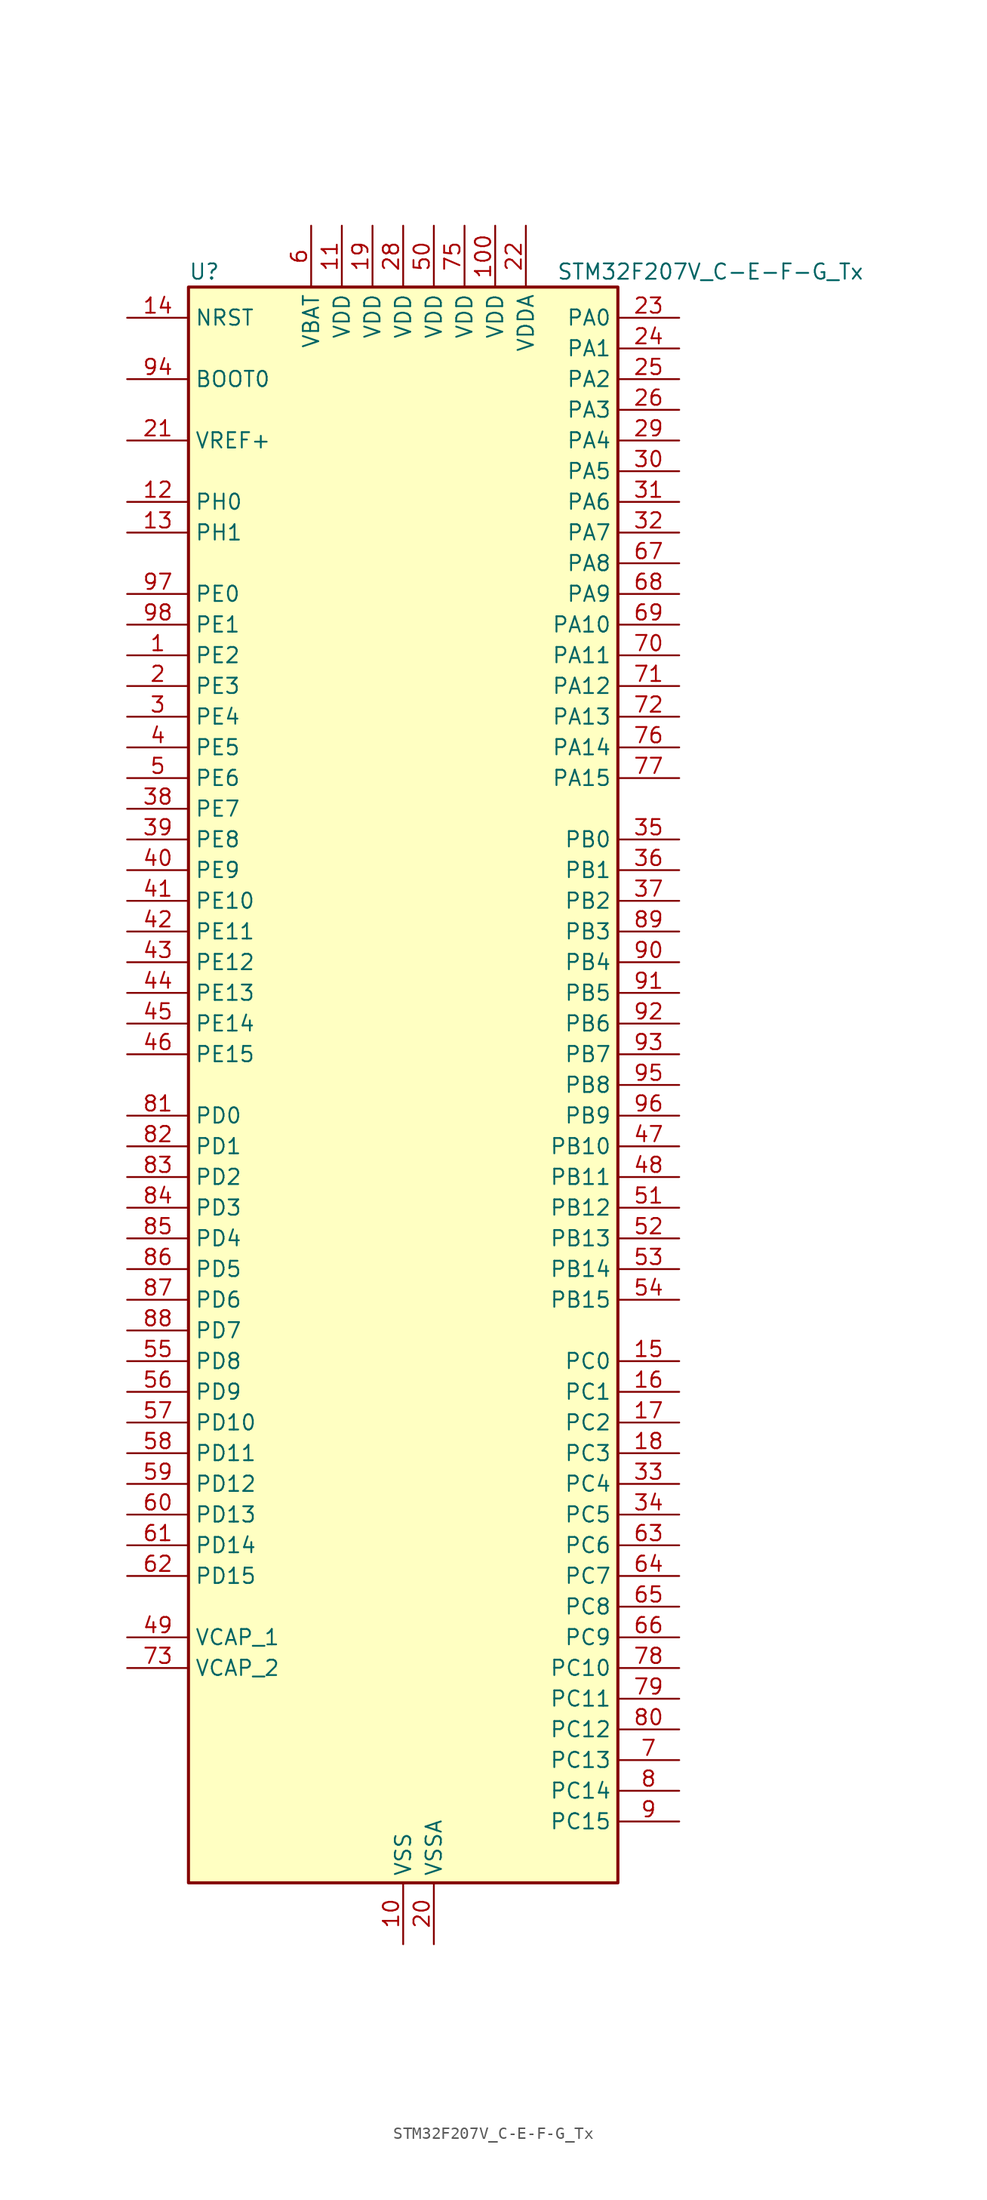
<source format=kicad_sym>
(kicad_symbol_lib
  (version 20231120)
  (generator "kicad_symbol_editor")
  (generator_version "8.0")
  (symbol "STM32F207V_C-E-F-G_Tx"
    (property "Reference" "U"
      (at -17.78 67.31 0)
      (effects (font (size 1.27 1.27)) (justify left)))
    (property "Value" "STM32F207V_C-E-F-G_Tx"
      (at 12.7 67.31 0)
      (effects (font (size 1.27 1.27)) (justify left)))
    (property "ki_locked" ""
      (at 0 0 0)
      (effects (font (size 1.27 1.27))))
    (symbol "STM32F207V_C-E-F-G_Tx_0_1"
      (rectangle (start -17.78 -66.04) (end 17.78 66.04) (stroke (width 0.254) (type default)) (fill (type background))))
    (symbol "STM32F207V_C-E-F-G_Tx_1_1"
      (pin bidirectional line (at -22.86 35.56 0) (length 5.08) (name "PE2" (effects (font (size 1.27 1.27)))) (number "1" (effects (font (size 1.27 1.27)))) (alternate "ETH_TXD3" bidirectional line) (alternate "FSMC_A23" bidirectional line) (alternate "SYS_TRACECLK" bidirectional line))
      (pin power_in line (at 0 -71.12 90) (length 5.08) (name "VSS" (effects (font (size 1.27 1.27)))) (number "10" (effects (font (size 1.27 1.27)))))
      (pin power_in line (at 7.62 71.12 270) (length 5.08) (name "VDD" (effects (font (size 1.27 1.27)))) (number "100" (effects (font (size 1.27 1.27)))))
      (pin power_in line (at -5.08 71.12 270) (length 5.08) (name "VDD" (effects (font (size 1.27 1.27)))) (number "11" (effects (font (size 1.27 1.27)))))
      (pin bidirectional line (at -22.86 48.26 0) (length 5.08) (name "PH0" (effects (font (size 1.27 1.27)))) (number "12" (effects (font (size 1.27 1.27)))) (alternate "RCC_OSC_IN" bidirectional line))
      (pin bidirectional line (at -22.86 45.72 0) (length 5.08) (name "PH1" (effects (font (size 1.27 1.27)))) (number "13" (effects (font (size 1.27 1.27)))) (alternate "RCC_OSC_OUT" bidirectional line))
      (pin input line (at -22.86 63.5 0) (length 5.08) (name "NRST" (effects (font (size 1.27 1.27)))) (number "14" (effects (font (size 1.27 1.27)))))
      (pin bidirectional line (at 22.86 -22.86 180) (length 5.08) (name "PC0" (effects (font (size 1.27 1.27)))) (number "15" (effects (font (size 1.27 1.27)))) (alternate "ADC1_IN10" bidirectional line) (alternate "ADC2_IN10" bidirectional line) (alternate "ADC3_IN10" bidirectional line) (alternate "USB_OTG_HS_ULPI_STP" bidirectional line))
      (pin bidirectional line (at 22.86 -25.4 180) (length 5.08) (name "PC1" (effects (font (size 1.27 1.27)))) (number "16" (effects (font (size 1.27 1.27)))) (alternate "ADC1_IN11" bidirectional line) (alternate "ADC2_IN11" bidirectional line) (alternate "ADC3_IN11" bidirectional line) (alternate "ETH_MDC" bidirectional line))
      (pin bidirectional line (at 22.86 -27.94 180) (length 5.08) (name "PC2" (effects (font (size 1.27 1.27)))) (number "17" (effects (font (size 1.27 1.27)))) (alternate "ADC1_IN12" bidirectional line) (alternate "ADC2_IN12" bidirectional line) (alternate "ADC3_IN12" bidirectional line) (alternate "ETH_TXD2" bidirectional line) (alternate "SPI2_MISO" bidirectional line) (alternate "USB_OTG_HS_ULPI_DIR" bidirectional line))
      (pin bidirectional line (at 22.86 -30.48 180) (length 5.08) (name "PC3" (effects (font (size 1.27 1.27)))) (number "18" (effects (font (size 1.27 1.27)))) (alternate "ADC1_IN13" bidirectional line) (alternate "ADC2_IN13" bidirectional line) (alternate "ADC3_IN13" bidirectional line) (alternate "ETH_TX_CLK" bidirectional line) (alternate "I2S2_SD" bidirectional line) (alternate "SPI2_MOSI" bidirectional line) (alternate "USB_OTG_HS_ULPI_NXT" bidirectional line))
      (pin power_in line (at -2.54 71.12 270) (length 5.08) (name "VDD" (effects (font (size 1.27 1.27)))) (number "19" (effects (font (size 1.27 1.27)))))
      (pin bidirectional line (at -22.86 33.02 0) (length 5.08) (name "PE3" (effects (font (size 1.27 1.27)))) (number "2" (effects (font (size 1.27 1.27)))) (alternate "FSMC_A19" bidirectional line) (alternate "SYS_TRACED0" bidirectional line))
      (pin power_in line (at 2.54 -71.12 90) (length 5.08) (name "VSSA" (effects (font (size 1.27 1.27)))) (number "20" (effects (font (size 1.27 1.27)))))
      (pin input line (at -22.86 53.34 0) (length 5.08) (name "VREF+" (effects (font (size 1.27 1.27)))) (number "21" (effects (font (size 1.27 1.27)))))
      (pin power_in line (at 10.16 71.12 270) (length 5.08) (name "VDDA" (effects (font (size 1.27 1.27)))) (number "22" (effects (font (size 1.27 1.27)))))
      (pin bidirectional line (at 22.86 63.5 180) (length 5.08) (name "PA0" (effects (font (size 1.27 1.27)))) (number "23" (effects (font (size 1.27 1.27)))) (alternate "ADC1_IN0" bidirectional line) (alternate "ADC2_IN0" bidirectional line) (alternate "ADC3_IN0" bidirectional line) (alternate "ETH_CRS" bidirectional line) (alternate "SYS_WKUP" bidirectional line) (alternate "TIM2_CH1" bidirectional line) (alternate "TIM2_ETR" bidirectional line) (alternate "TIM5_CH1" bidirectional line) (alternate "TIM8_ETR" bidirectional line) (alternate "UART4_TX" bidirectional line) (alternate "USART2_CTS" bidirectional line))
      (pin bidirectional line (at 22.86 60.96 180) (length 5.08) (name "PA1" (effects (font (size 1.27 1.27)))) (number "24" (effects (font (size 1.27 1.27)))) (alternate "ADC1_IN1" bidirectional line) (alternate "ADC2_IN1" bidirectional line) (alternate "ADC3_IN1" bidirectional line) (alternate "ETH_REF_CLK" bidirectional line) (alternate "ETH_RX_CLK" bidirectional line) (alternate "TIM2_CH2" bidirectional line) (alternate "TIM5_CH2" bidirectional line) (alternate "UART4_RX" bidirectional line) (alternate "USART2_RTS" bidirectional line))
      (pin bidirectional line (at 22.86 58.42 180) (length 5.08) (name "PA2" (effects (font (size 1.27 1.27)))) (number "25" (effects (font (size 1.27 1.27)))) (alternate "ADC1_IN2" bidirectional line) (alternate "ADC2_IN2" bidirectional line) (alternate "ADC3_IN2" bidirectional line) (alternate "ETH_MDIO" bidirectional line) (alternate "TIM2_CH3" bidirectional line) (alternate "TIM5_CH3" bidirectional line) (alternate "TIM9_CH1" bidirectional line) (alternate "USART2_TX" bidirectional line))
      (pin bidirectional line (at 22.86 55.88 180) (length 5.08) (name "PA3" (effects (font (size 1.27 1.27)))) (number "26" (effects (font (size 1.27 1.27)))) (alternate "ADC1_IN3" bidirectional line) (alternate "ADC2_IN3" bidirectional line) (alternate "ADC3_IN3" bidirectional line) (alternate "ETH_COL" bidirectional line) (alternate "TIM2_CH4" bidirectional line) (alternate "TIM5_CH4" bidirectional line) (alternate "TIM9_CH2" bidirectional line) (alternate "USART2_RX" bidirectional line) (alternate "USB_OTG_HS_ULPI_D0" bidirectional line))
      (pin passive line (at 0 -71.12 90) (length 5.08) hide (name "VSS" (effects (font (size 1.27 1.27)))) (number "27" (effects (font (size 1.27 1.27)))))
      (pin power_in line (at 0 71.12 270) (length 5.08) (name "VDD" (effects (font (size 1.27 1.27)))) (number "28" (effects (font (size 1.27 1.27)))))
      (pin bidirectional line (at 22.86 53.34 180) (length 5.08) (name "PA4" (effects (font (size 1.27 1.27)))) (number "29" (effects (font (size 1.27 1.27)))) (alternate "ADC1_IN4" bidirectional line) (alternate "ADC2_IN4" bidirectional line) (alternate "DAC_OUT1" bidirectional line) (alternate "DCMI_HSYNC" bidirectional line) (alternate "I2S3_WS" bidirectional line) (alternate "SPI1_NSS" bidirectional line) (alternate "SPI3_NSS" bidirectional line) (alternate "USART2_CK" bidirectional line) (alternate "USB_OTG_HS_SOF" bidirectional line))
      (pin bidirectional line (at -22.86 30.48 0) (length 5.08) (name "PE4" (effects (font (size 1.27 1.27)))) (number "3" (effects (font (size 1.27 1.27)))) (alternate "DCMI_D4" bidirectional line) (alternate "FSMC_A20" bidirectional line) (alternate "SYS_TRACED1" bidirectional line))
      (pin bidirectional line (at 22.86 50.8 180) (length 5.08) (name "PA5" (effects (font (size 1.27 1.27)))) (number "30" (effects (font (size 1.27 1.27)))) (alternate "ADC1_IN5" bidirectional line) (alternate "ADC2_IN5" bidirectional line) (alternate "DAC_OUT2" bidirectional line) (alternate "SPI1_SCK" bidirectional line) (alternate "TIM2_CH1" bidirectional line) (alternate "TIM2_ETR" bidirectional line) (alternate "TIM8_CH1N" bidirectional line) (alternate "USB_OTG_HS_ULPI_CK" bidirectional line))
      (pin bidirectional line (at 22.86 48.26 180) (length 5.08) (name "PA6" (effects (font (size 1.27 1.27)))) (number "31" (effects (font (size 1.27 1.27)))) (alternate "ADC1_IN6" bidirectional line) (alternate "ADC2_IN6" bidirectional line) (alternate "DCMI_PIXCLK" bidirectional line) (alternate "SPI1_MISO" bidirectional line) (alternate "TIM13_CH1" bidirectional line) (alternate "TIM1_BKIN" bidirectional line) (alternate "TIM3_CH1" bidirectional line) (alternate "TIM8_BKIN" bidirectional line))
      (pin bidirectional line (at 22.86 45.72 180) (length 5.08) (name "PA7" (effects (font (size 1.27 1.27)))) (number "32" (effects (font (size 1.27 1.27)))) (alternate "ADC1_IN7" bidirectional line) (alternate "ADC2_IN7" bidirectional line) (alternate "ETH_CRS_DV" bidirectional line) (alternate "ETH_RX_DV" bidirectional line) (alternate "SPI1_MOSI" bidirectional line) (alternate "TIM14_CH1" bidirectional line) (alternate "TIM1_CH1N" bidirectional line) (alternate "TIM3_CH2" bidirectional line) (alternate "TIM8_CH1N" bidirectional line))
      (pin bidirectional line (at 22.86 -33.02 180) (length 5.08) (name "PC4" (effects (font (size 1.27 1.27)))) (number "33" (effects (font (size 1.27 1.27)))) (alternate "ADC1_IN14" bidirectional line) (alternate "ADC2_IN14" bidirectional line) (alternate "ETH_RXD0" bidirectional line))
      (pin bidirectional line (at 22.86 -35.56 180) (length 5.08) (name "PC5" (effects (font (size 1.27 1.27)))) (number "34" (effects (font (size 1.27 1.27)))) (alternate "ADC1_IN15" bidirectional line) (alternate "ADC2_IN15" bidirectional line) (alternate "ETH_RXD1" bidirectional line))
      (pin bidirectional line (at 22.86 20.32 180) (length 5.08) (name "PB0" (effects (font (size 1.27 1.27)))) (number "35" (effects (font (size 1.27 1.27)))) (alternate "ADC1_IN8" bidirectional line) (alternate "ADC2_IN8" bidirectional line) (alternate "ETH_RXD2" bidirectional line) (alternate "TIM1_CH2N" bidirectional line) (alternate "TIM3_CH3" bidirectional line) (alternate "TIM8_CH2N" bidirectional line) (alternate "USB_OTG_HS_ULPI_D1" bidirectional line))
      (pin bidirectional line (at 22.86 17.78 180) (length 5.08) (name "PB1" (effects (font (size 1.27 1.27)))) (number "36" (effects (font (size 1.27 1.27)))) (alternate "ADC1_IN9" bidirectional line) (alternate "ADC2_IN9" bidirectional line) (alternate "ETH_RXD3" bidirectional line) (alternate "TIM1_CH3N" bidirectional line) (alternate "TIM3_CH4" bidirectional line) (alternate "TIM8_CH3N" bidirectional line) (alternate "USB_OTG_HS_ULPI_D2" bidirectional line))
      (pin bidirectional line (at 22.86 15.24 180) (length 5.08) (name "PB2" (effects (font (size 1.27 1.27)))) (number "37" (effects (font (size 1.27 1.27)))))
      (pin bidirectional line (at -22.86 22.86 0) (length 5.08) (name "PE7" (effects (font (size 1.27 1.27)))) (number "38" (effects (font (size 1.27 1.27)))) (alternate "FSMC_D4" bidirectional line) (alternate "FSMC_DA4" bidirectional line) (alternate "TIM1_ETR" bidirectional line))
      (pin bidirectional line (at -22.86 20.32 0) (length 5.08) (name "PE8" (effects (font (size 1.27 1.27)))) (number "39" (effects (font (size 1.27 1.27)))) (alternate "FSMC_D5" bidirectional line) (alternate "FSMC_DA5" bidirectional line) (alternate "TIM1_CH1N" bidirectional line))
      (pin bidirectional line (at -22.86 27.94 0) (length 5.08) (name "PE5" (effects (font (size 1.27 1.27)))) (number "4" (effects (font (size 1.27 1.27)))) (alternate "DCMI_D6" bidirectional line) (alternate "FSMC_A21" bidirectional line) (alternate "SYS_TRACED2" bidirectional line) (alternate "TIM9_CH1" bidirectional line))
      (pin bidirectional line (at -22.86 17.78 0) (length 5.08) (name "PE9" (effects (font (size 1.27 1.27)))) (number "40" (effects (font (size 1.27 1.27)))) (alternate "DAC_EXTI9" bidirectional line) (alternate "FSMC_D6" bidirectional line) (alternate "FSMC_DA6" bidirectional line) (alternate "TIM1_CH1" bidirectional line))
      (pin bidirectional line (at -22.86 15.24 0) (length 5.08) (name "PE10" (effects (font (size 1.27 1.27)))) (number "41" (effects (font (size 1.27 1.27)))) (alternate "FSMC_D7" bidirectional line) (alternate "FSMC_DA7" bidirectional line) (alternate "TIM1_CH2N" bidirectional line))
      (pin bidirectional line (at -22.86 12.7 0) (length 5.08) (name "PE11" (effects (font (size 1.27 1.27)))) (number "42" (effects (font (size 1.27 1.27)))) (alternate "ADC1_EXTI11" bidirectional line) (alternate "ADC2_EXTI11" bidirectional line) (alternate "ADC3_EXTI11" bidirectional line) (alternate "FSMC_D8" bidirectional line) (alternate "FSMC_DA8" bidirectional line) (alternate "TIM1_CH2" bidirectional line))
      (pin bidirectional line (at -22.86 10.16 0) (length 5.08) (name "PE12" (effects (font (size 1.27 1.27)))) (number "43" (effects (font (size 1.27 1.27)))) (alternate "FSMC_D9" bidirectional line) (alternate "FSMC_DA9" bidirectional line) (alternate "TIM1_CH3N" bidirectional line))
      (pin bidirectional line (at -22.86 7.62 0) (length 5.08) (name "PE13" (effects (font (size 1.27 1.27)))) (number "44" (effects (font (size 1.27 1.27)))) (alternate "FSMC_D10" bidirectional line) (alternate "FSMC_DA10" bidirectional line) (alternate "TIM1_CH3" bidirectional line))
      (pin bidirectional line (at -22.86 5.08 0) (length 5.08) (name "PE14" (effects (font (size 1.27 1.27)))) (number "45" (effects (font (size 1.27 1.27)))) (alternate "FSMC_D11" bidirectional line) (alternate "FSMC_DA11" bidirectional line) (alternate "TIM1_CH4" bidirectional line))
      (pin bidirectional line (at -22.86 2.54 0) (length 5.08) (name "PE15" (effects (font (size 1.27 1.27)))) (number "46" (effects (font (size 1.27 1.27)))) (alternate "ADC1_EXTI15" bidirectional line) (alternate "ADC2_EXTI15" bidirectional line) (alternate "ADC3_EXTI15" bidirectional line) (alternate "FSMC_D12" bidirectional line) (alternate "FSMC_DA12" bidirectional line) (alternate "TIM1_BKIN" bidirectional line))
      (pin bidirectional line (at 22.86 -5.08 180) (length 5.08) (name "PB10" (effects (font (size 1.27 1.27)))) (number "47" (effects (font (size 1.27 1.27)))) (alternate "ETH_RX_ER" bidirectional line) (alternate "I2C2_SCL" bidirectional line) (alternate "I2S2_SCK" bidirectional line) (alternate "SPI2_SCK" bidirectional line) (alternate "TIM2_CH3" bidirectional line) (alternate "USART3_TX" bidirectional line) (alternate "USB_OTG_HS_ULPI_D3" bidirectional line))
      (pin bidirectional line (at 22.86 -7.62 180) (length 5.08) (name "PB11" (effects (font (size 1.27 1.27)))) (number "48" (effects (font (size 1.27 1.27)))) (alternate "ADC1_EXTI11" bidirectional line) (alternate "ADC2_EXTI11" bidirectional line) (alternate "ADC3_EXTI11" bidirectional line) (alternate "ETH_TX_EN" bidirectional line) (alternate "I2C2_SDA" bidirectional line) (alternate "TIM2_CH4" bidirectional line) (alternate "USART3_RX" bidirectional line) (alternate "USB_OTG_HS_ULPI_D4" bidirectional line))
      (pin power_out line (at -22.86 -45.72 0) (length 5.08) (name "VCAP_1" (effects (font (size 1.27 1.27)))) (number "49" (effects (font (size 1.27 1.27)))))
      (pin bidirectional line (at -22.86 25.4 0) (length 5.08) (name "PE6" (effects (font (size 1.27 1.27)))) (number "5" (effects (font (size 1.27 1.27)))) (alternate "DCMI_D7" bidirectional line) (alternate "FSMC_A22" bidirectional line) (alternate "SYS_TRACED3" bidirectional line) (alternate "TIM9_CH2" bidirectional line))
      (pin power_in line (at 2.54 71.12 270) (length 5.08) (name "VDD" (effects (font (size 1.27 1.27)))) (number "50" (effects (font (size 1.27 1.27)))))
      (pin bidirectional line (at 22.86 -10.16 180) (length 5.08) (name "PB12" (effects (font (size 1.27 1.27)))) (number "51" (effects (font (size 1.27 1.27)))) (alternate "CAN2_RX" bidirectional line) (alternate "ETH_TXD0" bidirectional line) (alternate "I2C2_SMBA" bidirectional line) (alternate "I2S2_WS" bidirectional line) (alternate "SPI2_NSS" bidirectional line) (alternate "TIM1_BKIN" bidirectional line) (alternate "USART3_CK" bidirectional line) (alternate "USB_OTG_HS_ID" bidirectional line) (alternate "USB_OTG_HS_ULPI_D5" bidirectional line))
      (pin bidirectional line (at 22.86 -12.7 180) (length 5.08) (name "PB13" (effects (font (size 1.27 1.27)))) (number "52" (effects (font (size 1.27 1.27)))) (alternate "CAN2_TX" bidirectional line) (alternate "ETH_TXD1" bidirectional line) (alternate "I2S2_SCK" bidirectional line) (alternate "SPI2_SCK" bidirectional line) (alternate "TIM1_CH1N" bidirectional line) (alternate "USART3_CTS" bidirectional line) (alternate "USB_OTG_HS_ULPI_D6" bidirectional line) (alternate "USB_OTG_HS_VBUS" bidirectional line))
      (pin bidirectional line (at 22.86 -15.24 180) (length 5.08) (name "PB14" (effects (font (size 1.27 1.27)))) (number "53" (effects (font (size 1.27 1.27)))) (alternate "SPI2_MISO" bidirectional line) (alternate "TIM12_CH1" bidirectional line) (alternate "TIM1_CH2N" bidirectional line) (alternate "TIM8_CH2N" bidirectional line) (alternate "USART3_RTS" bidirectional line) (alternate "USB_OTG_HS_DM" bidirectional line))
      (pin bidirectional line (at 22.86 -17.78 180) (length 5.08) (name "PB15" (effects (font (size 1.27 1.27)))) (number "54" (effects (font (size 1.27 1.27)))) (alternate "ADC1_EXTI15" bidirectional line) (alternate "ADC2_EXTI15" bidirectional line) (alternate "ADC3_EXTI15" bidirectional line) (alternate "I2S2_SD" bidirectional line) (alternate "RTC_REFIN" bidirectional line) (alternate "SPI2_MOSI" bidirectional line) (alternate "TIM12_CH2" bidirectional line) (alternate "TIM1_CH3N" bidirectional line) (alternate "TIM8_CH3N" bidirectional line) (alternate "USB_OTG_HS_DP" bidirectional line))
      (pin bidirectional line (at -22.86 -22.86 0) (length 5.08) (name "PD8" (effects (font (size 1.27 1.27)))) (number "55" (effects (font (size 1.27 1.27)))) (alternate "FSMC_D13" bidirectional line) (alternate "FSMC_DA13" bidirectional line) (alternate "USART3_TX" bidirectional line))
      (pin bidirectional line (at -22.86 -25.4 0) (length 5.08) (name "PD9" (effects (font (size 1.27 1.27)))) (number "56" (effects (font (size 1.27 1.27)))) (alternate "DAC_EXTI9" bidirectional line) (alternate "FSMC_D14" bidirectional line) (alternate "FSMC_DA14" bidirectional line) (alternate "USART3_RX" bidirectional line))
      (pin bidirectional line (at -22.86 -27.94 0) (length 5.08) (name "PD10" (effects (font (size 1.27 1.27)))) (number "57" (effects (font (size 1.27 1.27)))) (alternate "FSMC_D15" bidirectional line) (alternate "FSMC_DA15" bidirectional line) (alternate "USART3_CK" bidirectional line))
      (pin bidirectional line (at -22.86 -30.48 0) (length 5.08) (name "PD11" (effects (font (size 1.27 1.27)))) (number "58" (effects (font (size 1.27 1.27)))) (alternate "ADC1_EXTI11" bidirectional line) (alternate "ADC2_EXTI11" bidirectional line) (alternate "ADC3_EXTI11" bidirectional line) (alternate "FSMC_A16" bidirectional line) (alternate "FSMC_CLE" bidirectional line) (alternate "USART3_CTS" bidirectional line))
      (pin bidirectional line (at -22.86 -33.02 0) (length 5.08) (name "PD12" (effects (font (size 1.27 1.27)))) (number "59" (effects (font (size 1.27 1.27)))) (alternate "FSMC_A17" bidirectional line) (alternate "FSMC_ALE" bidirectional line) (alternate "TIM4_CH1" bidirectional line) (alternate "USART3_RTS" bidirectional line))
      (pin power_in line (at -7.62 71.12 270) (length 5.08) (name "VBAT" (effects (font (size 1.27 1.27)))) (number "6" (effects (font (size 1.27 1.27)))))
      (pin bidirectional line (at -22.86 -35.56 0) (length 5.08) (name "PD13" (effects (font (size 1.27 1.27)))) (number "60" (effects (font (size 1.27 1.27)))) (alternate "FSMC_A18" bidirectional line) (alternate "TIM4_CH2" bidirectional line))
      (pin bidirectional line (at -22.86 -38.1 0) (length 5.08) (name "PD14" (effects (font (size 1.27 1.27)))) (number "61" (effects (font (size 1.27 1.27)))) (alternate "FSMC_D0" bidirectional line) (alternate "FSMC_DA0" bidirectional line) (alternate "TIM4_CH3" bidirectional line))
      (pin bidirectional line (at -22.86 -40.64 0) (length 5.08) (name "PD15" (effects (font (size 1.27 1.27)))) (number "62" (effects (font (size 1.27 1.27)))) (alternate "ADC1_EXTI15" bidirectional line) (alternate "ADC2_EXTI15" bidirectional line) (alternate "ADC3_EXTI15" bidirectional line) (alternate "FSMC_D1" bidirectional line) (alternate "FSMC_DA1" bidirectional line) (alternate "TIM4_CH4" bidirectional line))
      (pin bidirectional line (at 22.86 -38.1 180) (length 5.08) (name "PC6" (effects (font (size 1.27 1.27)))) (number "63" (effects (font (size 1.27 1.27)))) (alternate "DCMI_D0" bidirectional line) (alternate "I2S2_MCK" bidirectional line) (alternate "SDIO_D6" bidirectional line) (alternate "TIM3_CH1" bidirectional line) (alternate "TIM8_CH1" bidirectional line) (alternate "USART6_TX" bidirectional line))
      (pin bidirectional line (at 22.86 -40.64 180) (length 5.08) (name "PC7" (effects (font (size 1.27 1.27)))) (number "64" (effects (font (size 1.27 1.27)))) (alternate "DCMI_D1" bidirectional line) (alternate "I2S3_MCK" bidirectional line) (alternate "SDIO_D7" bidirectional line) (alternate "TIM3_CH2" bidirectional line) (alternate "TIM8_CH2" bidirectional line) (alternate "USART6_RX" bidirectional line))
      (pin bidirectional line (at 22.86 -43.18 180) (length 5.08) (name "PC8" (effects (font (size 1.27 1.27)))) (number "65" (effects (font (size 1.27 1.27)))) (alternate "DCMI_D2" bidirectional line) (alternate "SDIO_D0" bidirectional line) (alternate "TIM3_CH3" bidirectional line) (alternate "TIM8_CH3" bidirectional line) (alternate "USART6_CK" bidirectional line))
      (pin bidirectional line (at 22.86 -45.72 180) (length 5.08) (name "PC9" (effects (font (size 1.27 1.27)))) (number "66" (effects (font (size 1.27 1.27)))) (alternate "DAC_EXTI9" bidirectional line) (alternate "DCMI_D3" bidirectional line) (alternate "I2C3_SDA" bidirectional line) (alternate "I2S_CKIN" bidirectional line) (alternate "RCC_MCO_2" bidirectional line) (alternate "SDIO_D1" bidirectional line) (alternate "TIM3_CH4" bidirectional line) (alternate "TIM8_CH4" bidirectional line))
      (pin bidirectional line (at 22.86 43.18 180) (length 5.08) (name "PA8" (effects (font (size 1.27 1.27)))) (number "67" (effects (font (size 1.27 1.27)))) (alternate "I2C3_SCL" bidirectional line) (alternate "RCC_MCO_1" bidirectional line) (alternate "TIM1_CH1" bidirectional line) (alternate "USART1_CK" bidirectional line) (alternate "USB_OTG_FS_SOF" bidirectional line))
      (pin bidirectional line (at 22.86 40.64 180) (length 5.08) (name "PA9" (effects (font (size 1.27 1.27)))) (number "68" (effects (font (size 1.27 1.27)))) (alternate "DAC_EXTI9" bidirectional line) (alternate "DCMI_D0" bidirectional line) (alternate "I2C3_SMBA" bidirectional line) (alternate "TIM1_CH2" bidirectional line) (alternate "USART1_TX" bidirectional line) (alternate "USB_OTG_FS_VBUS" bidirectional line))
      (pin bidirectional line (at 22.86 38.1 180) (length 5.08) (name "PA10" (effects (font (size 1.27 1.27)))) (number "69" (effects (font (size 1.27 1.27)))) (alternate "DCMI_D1" bidirectional line) (alternate "TIM1_CH3" bidirectional line) (alternate "USART1_RX" bidirectional line) (alternate "USB_OTG_FS_ID" bidirectional line))
      (pin bidirectional line (at 22.86 -55.88 180) (length 5.08) (name "PC13" (effects (font (size 1.27 1.27)))) (number "7" (effects (font (size 1.27 1.27)))) (alternate "RTC_AF1" bidirectional line))
      (pin bidirectional line (at 22.86 35.56 180) (length 5.08) (name "PA11" (effects (font (size 1.27 1.27)))) (number "70" (effects (font (size 1.27 1.27)))) (alternate "ADC1_EXTI11" bidirectional line) (alternate "ADC2_EXTI11" bidirectional line) (alternate "ADC3_EXTI11" bidirectional line) (alternate "CAN1_RX" bidirectional line) (alternate "TIM1_CH4" bidirectional line) (alternate "USART1_CTS" bidirectional line) (alternate "USB_OTG_FS_DM" bidirectional line))
      (pin bidirectional line (at 22.86 33.02 180) (length 5.08) (name "PA12" (effects (font (size 1.27 1.27)))) (number "71" (effects (font (size 1.27 1.27)))) (alternate "CAN1_TX" bidirectional line) (alternate "TIM1_ETR" bidirectional line) (alternate "USART1_RTS" bidirectional line) (alternate "USB_OTG_FS_DP" bidirectional line))
      (pin bidirectional line (at 22.86 30.48 180) (length 5.08) (name "PA13" (effects (font (size 1.27 1.27)))) (number "72" (effects (font (size 1.27 1.27)))) (alternate "SYS_JTMS-SWDIO" bidirectional line))
      (pin power_out line (at -22.86 -48.26 0) (length 5.08) (name "VCAP_2" (effects (font (size 1.27 1.27)))) (number "73" (effects (font (size 1.27 1.27)))))
      (pin passive line (at 0 -71.12 90) (length 5.08) hide (name "VSS" (effects (font (size 1.27 1.27)))) (number "74" (effects (font (size 1.27 1.27)))))
      (pin power_in line (at 5.08 71.12 270) (length 5.08) (name "VDD" (effects (font (size 1.27 1.27)))) (number "75" (effects (font (size 1.27 1.27)))))
      (pin bidirectional line (at 22.86 27.94 180) (length 5.08) (name "PA14" (effects (font (size 1.27 1.27)))) (number "76" (effects (font (size 1.27 1.27)))) (alternate "SYS_JTCK-SWCLK" bidirectional line))
      (pin bidirectional line (at 22.86 25.4 180) (length 5.08) (name "PA15" (effects (font (size 1.27 1.27)))) (number "77" (effects (font (size 1.27 1.27)))) (alternate "ADC1_EXTI15" bidirectional line) (alternate "ADC2_EXTI15" bidirectional line) (alternate "ADC3_EXTI15" bidirectional line) (alternate "I2S3_WS" bidirectional line) (alternate "SPI1_NSS" bidirectional line) (alternate "SPI3_NSS" bidirectional line) (alternate "SYS_JTDI" bidirectional line) (alternate "TIM2_CH1" bidirectional line) (alternate "TIM2_ETR" bidirectional line))
      (pin bidirectional line (at 22.86 -48.26 180) (length 5.08) (name "PC10" (effects (font (size 1.27 1.27)))) (number "78" (effects (font (size 1.27 1.27)))) (alternate "DCMI_D8" bidirectional line) (alternate "I2S3_SCK" bidirectional line) (alternate "SDIO_D2" bidirectional line) (alternate "SPI3_SCK" bidirectional line) (alternate "UART4_TX" bidirectional line) (alternate "USART3_TX" bidirectional line))
      (pin bidirectional line (at 22.86 -50.8 180) (length 5.08) (name "PC11" (effects (font (size 1.27 1.27)))) (number "79" (effects (font (size 1.27 1.27)))) (alternate "ADC1_EXTI11" bidirectional line) (alternate "ADC2_EXTI11" bidirectional line) (alternate "ADC3_EXTI11" bidirectional line) (alternate "DCMI_D4" bidirectional line) (alternate "SDIO_D3" bidirectional line) (alternate "SPI3_MISO" bidirectional line) (alternate "UART4_RX" bidirectional line) (alternate "USART3_RX" bidirectional line))
      (pin bidirectional line (at 22.86 -58.42 180) (length 5.08) (name "PC14" (effects (font (size 1.27 1.27)))) (number "8" (effects (font (size 1.27 1.27)))) (alternate "RCC_OSC32_IN" bidirectional line))
      (pin bidirectional line (at 22.86 -53.34 180) (length 5.08) (name "PC12" (effects (font (size 1.27 1.27)))) (number "80" (effects (font (size 1.27 1.27)))) (alternate "DCMI_D9" bidirectional line) (alternate "I2S3_SD" bidirectional line) (alternate "SDIO_CK" bidirectional line) (alternate "SPI3_MOSI" bidirectional line) (alternate "UART5_TX" bidirectional line) (alternate "USART3_CK" bidirectional line))
      (pin bidirectional line (at -22.86 -2.54 0) (length 5.08) (name "PD0" (effects (font (size 1.27 1.27)))) (number "81" (effects (font (size 1.27 1.27)))) (alternate "CAN1_RX" bidirectional line) (alternate "FSMC_D2" bidirectional line) (alternate "FSMC_DA2" bidirectional line))
      (pin bidirectional line (at -22.86 -5.08 0) (length 5.08) (name "PD1" (effects (font (size 1.27 1.27)))) (number "82" (effects (font (size 1.27 1.27)))) (alternate "CAN1_TX" bidirectional line) (alternate "FSMC_D3" bidirectional line) (alternate "FSMC_DA3" bidirectional line))
      (pin bidirectional line (at -22.86 -7.62 0) (length 5.08) (name "PD2" (effects (font (size 1.27 1.27)))) (number "83" (effects (font (size 1.27 1.27)))) (alternate "DCMI_D11" bidirectional line) (alternate "SDIO_CMD" bidirectional line) (alternate "TIM3_ETR" bidirectional line) (alternate "UART5_RX" bidirectional line))
      (pin bidirectional line (at -22.86 -10.16 0) (length 5.08) (name "PD3" (effects (font (size 1.27 1.27)))) (number "84" (effects (font (size 1.27 1.27)))) (alternate "FSMC_CLK" bidirectional line) (alternate "USART2_CTS" bidirectional line))
      (pin bidirectional line (at -22.86 -12.7 0) (length 5.08) (name "PD4" (effects (font (size 1.27 1.27)))) (number "85" (effects (font (size 1.27 1.27)))) (alternate "FSMC_NOE" bidirectional line) (alternate "USART2_RTS" bidirectional line))
      (pin bidirectional line (at -22.86 -15.24 0) (length 5.08) (name "PD5" (effects (font (size 1.27 1.27)))) (number "86" (effects (font (size 1.27 1.27)))) (alternate "FSMC_NWE" bidirectional line) (alternate "USART2_TX" bidirectional line))
      (pin bidirectional line (at -22.86 -17.78 0) (length 5.08) (name "PD6" (effects (font (size 1.27 1.27)))) (number "87" (effects (font (size 1.27 1.27)))) (alternate "FSMC_NWAIT" bidirectional line) (alternate "USART2_RX" bidirectional line))
      (pin bidirectional line (at -22.86 -20.32 0) (length 5.08) (name "PD7" (effects (font (size 1.27 1.27)))) (number "88" (effects (font (size 1.27 1.27)))) (alternate "FSMC_NCE2" bidirectional line) (alternate "FSMC_NE1" bidirectional line) (alternate "USART2_CK" bidirectional line))
      (pin bidirectional line (at 22.86 12.7 180) (length 5.08) (name "PB3" (effects (font (size 1.27 1.27)))) (number "89" (effects (font (size 1.27 1.27)))) (alternate "I2S3_SCK" bidirectional line) (alternate "SPI1_SCK" bidirectional line) (alternate "SPI3_SCK" bidirectional line) (alternate "SYS_JTDO-SWO" bidirectional line) (alternate "TIM2_CH2" bidirectional line))
      (pin bidirectional line (at 22.86 -60.96 180) (length 5.08) (name "PC15" (effects (font (size 1.27 1.27)))) (number "9" (effects (font (size 1.27 1.27)))) (alternate "ADC1_EXTI15" bidirectional line) (alternate "ADC2_EXTI15" bidirectional line) (alternate "ADC3_EXTI15" bidirectional line) (alternate "RCC_OSC32_OUT" bidirectional line))
      (pin bidirectional line (at 22.86 10.16 180) (length 5.08) (name "PB4" (effects (font (size 1.27 1.27)))) (number "90" (effects (font (size 1.27 1.27)))) (alternate "SPI1_MISO" bidirectional line) (alternate "SPI3_MISO" bidirectional line) (alternate "SYS_JTRST" bidirectional line) (alternate "TIM3_CH1" bidirectional line))
      (pin bidirectional line (at 22.86 7.62 180) (length 5.08) (name "PB5" (effects (font (size 1.27 1.27)))) (number "91" (effects (font (size 1.27 1.27)))) (alternate "CAN2_RX" bidirectional line) (alternate "DCMI_D10" bidirectional line) (alternate "ETH_PPS_OUT" bidirectional line) (alternate "I2C1_SMBA" bidirectional line) (alternate "I2S3_SD" bidirectional line) (alternate "SPI1_MOSI" bidirectional line) (alternate "SPI3_MOSI" bidirectional line) (alternate "TIM3_CH2" bidirectional line) (alternate "USB_OTG_HS_ULPI_D7" bidirectional line))
      (pin bidirectional line (at 22.86 5.08 180) (length 5.08) (name "PB6" (effects (font (size 1.27 1.27)))) (number "92" (effects (font (size 1.27 1.27)))) (alternate "CAN2_TX" bidirectional line) (alternate "DCMI_D5" bidirectional line) (alternate "I2C1_SCL" bidirectional line) (alternate "TIM4_CH1" bidirectional line) (alternate "USART1_TX" bidirectional line))
      (pin bidirectional line (at 22.86 2.54 180) (length 5.08) (name "PB7" (effects (font (size 1.27 1.27)))) (number "93" (effects (font (size 1.27 1.27)))) (alternate "DCMI_VSYNC" bidirectional line) (alternate "FSMC_NL" bidirectional line) (alternate "I2C1_SDA" bidirectional line) (alternate "TIM4_CH2" bidirectional line) (alternate "USART1_RX" bidirectional line))
      (pin input line (at -22.86 58.42 0) (length 5.08) (name "BOOT0" (effects (font (size 1.27 1.27)))) (number "94" (effects (font (size 1.27 1.27)))))
      (pin bidirectional line (at 22.86 0 180) (length 5.08) (name "PB8" (effects (font (size 1.27 1.27)))) (number "95" (effects (font (size 1.27 1.27)))) (alternate "CAN1_RX" bidirectional line) (alternate "DCMI_D6" bidirectional line) (alternate "ETH_TXD3" bidirectional line) (alternate "I2C1_SCL" bidirectional line) (alternate "SDIO_D4" bidirectional line) (alternate "TIM10_CH1" bidirectional line) (alternate "TIM4_CH3" bidirectional line))
      (pin bidirectional line (at 22.86 -2.54 180) (length 5.08) (name "PB9" (effects (font (size 1.27 1.27)))) (number "96" (effects (font (size 1.27 1.27)))) (alternate "CAN1_TX" bidirectional line) (alternate "DAC_EXTI9" bidirectional line) (alternate "DCMI_D7" bidirectional line) (alternate "I2C1_SDA" bidirectional line) (alternate "I2S2_WS" bidirectional line) (alternate "SDIO_D5" bidirectional line) (alternate "SPI2_NSS" bidirectional line) (alternate "TIM11_CH1" bidirectional line) (alternate "TIM4_CH4" bidirectional line))
      (pin bidirectional line (at -22.86 40.64 0) (length 5.08) (name "PE0" (effects (font (size 1.27 1.27)))) (number "97" (effects (font (size 1.27 1.27)))) (alternate "DCMI_D2" bidirectional line) (alternate "FSMC_NBL0" bidirectional line) (alternate "TIM4_ETR" bidirectional line))
      (pin bidirectional line (at -22.86 38.1 0) (length 5.08) (name "PE1" (effects (font (size 1.27 1.27)))) (number "98" (effects (font (size 1.27 1.27)))) (alternate "DCMI_D3" bidirectional line) (alternate "FSMC_NBL1" bidirectional line))
      (pin no_connect line (at -17.78 -66.04 0) (length 5.08) hide (name "RFU" (effects (font (size 1.27 1.27)))) (number "99" (effects (font (size 1.27 1.27))))))))
</source>
